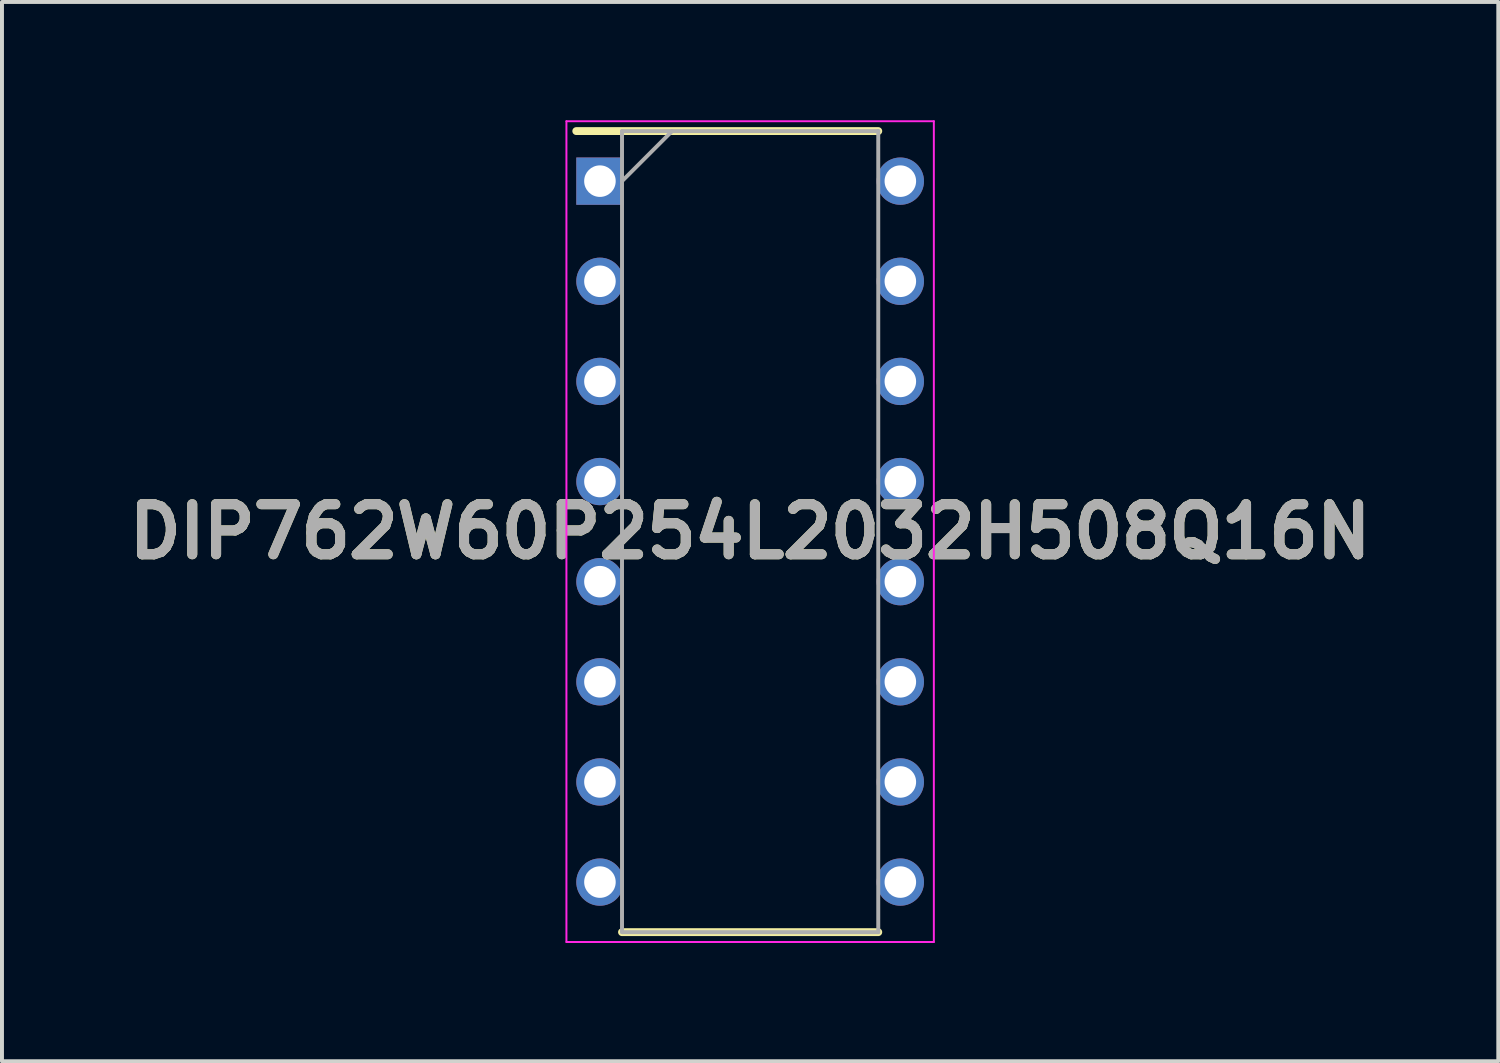
<source format=kicad_pcb>
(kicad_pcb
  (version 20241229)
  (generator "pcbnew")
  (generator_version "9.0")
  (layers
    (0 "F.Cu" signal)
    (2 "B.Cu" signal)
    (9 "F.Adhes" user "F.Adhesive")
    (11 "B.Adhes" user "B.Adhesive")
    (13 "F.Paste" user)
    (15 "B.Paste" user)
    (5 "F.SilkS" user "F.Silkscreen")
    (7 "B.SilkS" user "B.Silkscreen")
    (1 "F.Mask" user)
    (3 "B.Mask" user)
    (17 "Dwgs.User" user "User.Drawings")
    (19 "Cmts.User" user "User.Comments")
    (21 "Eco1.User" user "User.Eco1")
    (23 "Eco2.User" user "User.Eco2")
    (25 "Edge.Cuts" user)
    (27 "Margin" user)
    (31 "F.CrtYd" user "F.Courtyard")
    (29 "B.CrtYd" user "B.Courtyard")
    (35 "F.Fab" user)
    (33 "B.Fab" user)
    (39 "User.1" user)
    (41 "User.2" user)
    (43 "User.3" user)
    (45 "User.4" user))
  (footprint "DIP762W60P254L2032H508Q16N"
    (layer "F.Cu")
    (at 15.978 10.435)
    (property "Reference" "DIP762W60P254L2032H508Q16N" (at 0 0 0) (layer "F.SilkS") (effects (font (size 1.27 1.27) (thickness 0.254))))
    (attr through_hole)
    (fp_line (start -4.41 -10.16) (end 3.25 -10.16) (stroke (width 0.2) (type solid)) (layer "F.SilkS"))
    (fp_line (start -3.25 10.16) (end 3.25 10.16) (stroke (width 0.2) (type solid)) (layer "F.SilkS"))
    (fp_line (start -4.66 -10.41) (end 4.66 -10.41) (stroke (width 0.05) (type solid)) (layer "F.CrtYd"))
    (fp_line (start -4.66 10.41) (end -4.66 -10.41) (stroke (width 0.05) (type solid)) (layer "F.CrtYd"))
    (fp_line (start 4.66 -10.41) (end 4.66 10.41) (stroke (width 0.05) (type solid)) (layer "F.CrtYd"))
    (fp_line (start 4.66 10.41) (end -4.66 10.41) (stroke (width 0.05) (type solid)) (layer "F.CrtYd"))
    (fp_line (start -3.25 -10.16) (end 3.25 -10.16) (stroke (width 0.1) (type solid)) (layer "F.Fab"))
    (fp_line (start -3.25 -8.89) (end -1.98 -10.16) (stroke (width 0.1) (type solid)) (layer "F.Fab"))
    (fp_line (start -3.25 10.16) (end -3.25 -10.16) (stroke (width 0.1) (type solid)) (layer "F.Fab"))
    (fp_line (start 3.25 -10.16) (end 3.25 10.16) (stroke (width 0.1) (type solid)) (layer "F.Fab"))
    (fp_line (start 3.25 10.16) (end -3.25 10.16) (stroke (width 0.1) (type solid)) (layer "F.Fab"))
    (fp_text user "${REFERENCE}" (at 0 0 0) (layer "F.Fab") (effects (font (size 1.27 1.27) (thickness 0.254))))
    (pad "1" thru_hole rect (at -3.81 -8.89) (size 1.2 1.2) (drill 0.8) (layers "*.Cu" "*.Mask"))
    (pad "2" thru_hole circle (at -3.81 -6.35) (size 1.2 1.2) (drill 0.8) (layers "*.Cu" "*.Mask"))
    (pad "3" thru_hole circle (at -3.81 -3.81) (size 1.2 1.2) (drill 0.8) (layers "*.Cu" "*.Mask"))
    (pad "4" thru_hole circle (at -3.81 -1.27) (size 1.2 1.2) (drill 0.8) (layers "*.Cu" "*.Mask"))
    (pad "5" thru_hole circle (at -3.81 1.27) (size 1.2 1.2) (drill 0.8) (layers "*.Cu" "*.Mask"))
    (pad "6" thru_hole circle (at -3.81 3.81) (size 1.2 1.2) (drill 0.8) (layers "*.Cu" "*.Mask"))
    (pad "7" thru_hole circle (at -3.81 6.35) (size 1.2 1.2) (drill 0.8) (layers "*.Cu" "*.Mask"))
    (pad "8" thru_hole circle (at -3.81 8.89) (size 1.2 1.2) (drill 0.8) (layers "*.Cu" "*.Mask"))
    (pad "9" thru_hole circle (at 3.81 8.89) (size 1.2 1.2) (drill 0.8) (layers "*.Cu" "*.Mask"))
    (pad "10" thru_hole circle (at 3.81 6.35) (size 1.2 1.2) (drill 0.8) (layers "*.Cu" "*.Mask"))
    (pad "11" thru_hole circle (at 3.81 3.81) (size 1.2 1.2) (drill 0.8) (layers "*.Cu" "*.Mask"))
    (pad "12" thru_hole circle (at 3.81 1.27) (size 1.2 1.2) (drill 0.8) (layers "*.Cu" "*.Mask"))
    (pad "13" thru_hole circle (at 3.81 -1.27) (size 1.2 1.2) (drill 0.8) (layers "*.Cu" "*.Mask"))
    (pad "14" thru_hole circle (at 3.81 -3.81) (size 1.2 1.2) (drill 0.8) (layers "*.Cu" "*.Mask"))
    (pad "15" thru_hole circle (at 3.81 -6.35) (size 1.2 1.2) (drill 0.8) (layers "*.Cu" "*.Mask"))
    (pad "16" thru_hole circle (at 3.81 -8.89) (size 1.2 1.2) (drill 0.8) (layers "*.Cu" "*.Mask")))
  (gr_rect
    (start -3 -3)
    (end 34.956 23.87)
    (stroke (width 0.1) (type default))
    (fill no)
    (layer "Edge.Cuts")))
</source>
